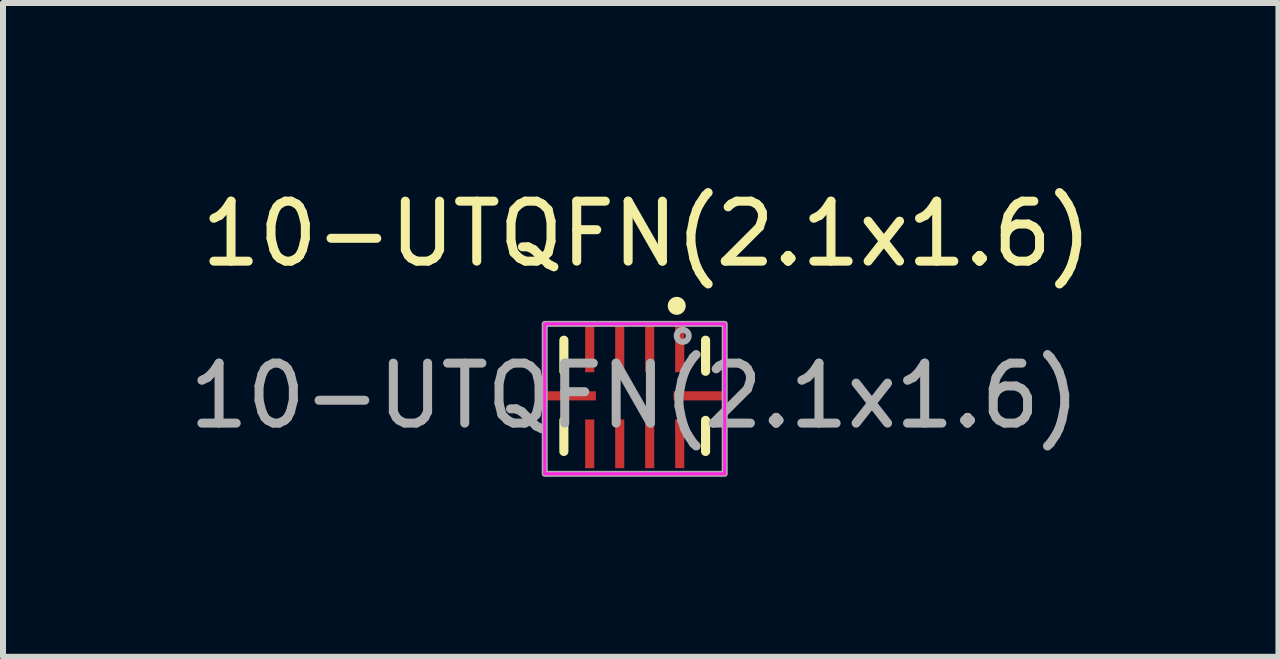
<source format=kicad_pcb>
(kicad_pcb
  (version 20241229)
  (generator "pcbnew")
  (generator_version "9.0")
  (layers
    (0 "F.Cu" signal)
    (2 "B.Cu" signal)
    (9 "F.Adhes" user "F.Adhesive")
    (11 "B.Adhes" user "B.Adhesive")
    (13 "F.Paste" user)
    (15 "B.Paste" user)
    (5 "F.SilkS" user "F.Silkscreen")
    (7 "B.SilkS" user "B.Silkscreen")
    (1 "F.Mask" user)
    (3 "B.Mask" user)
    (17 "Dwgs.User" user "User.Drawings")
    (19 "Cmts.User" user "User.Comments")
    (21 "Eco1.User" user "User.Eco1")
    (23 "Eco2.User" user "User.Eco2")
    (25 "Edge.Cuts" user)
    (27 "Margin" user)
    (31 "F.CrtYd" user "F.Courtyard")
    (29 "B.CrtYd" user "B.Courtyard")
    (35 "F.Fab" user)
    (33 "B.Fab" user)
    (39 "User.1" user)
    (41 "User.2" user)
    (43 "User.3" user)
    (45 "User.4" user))
  (footprint "10-UTQFN(2.1x1.6)"
    (layer "F.Cu")
    (at 7.53 3.548)
    (property "Reference" "10-UTQFN(2.1x1.6)" (at 0.2 -2.7 0) (unlocked yes) (layer "F.SilkS") (effects (font (size 1 1) (thickness 0.15))))
    (attr smd)
    (fp_line (start -1.181 -0.927) (end -1.181 -0.409) (stroke (width 0.152) (type solid)) (layer "F.SilkS"))
    (fp_line (start -1.181 0.409) (end -1.181 0.927) (stroke (width 0.152) (type solid)) (layer "F.SilkS"))
    (fp_line (start 1.181 -0.409) (end 1.181 -0.927) (stroke (width 0.152) (type solid)) (layer "F.SilkS"))
    (fp_line (start 1.181 0.927) (end 1.181 0.409) (stroke (width 0.152) (type solid)) (layer "F.SilkS"))
    (fp_circle (center 0.7 -1.5) (end 0.8 -1.5) (stroke (width 0.1) (type solid)) (fill yes) (layer "F.SilkS"))
    (fp_rect (start -1.5 -1.2) (end 1.5 1.3) (stroke (width 0.05) (type default)) (fill no) (layer "F.CrtYd"))
    (fp_rect (start -1.5 -1.2) (end 1.5 1.3) (stroke (width 0.1) (type default)) (fill no) (layer "F.Fab"))
    (fp_circle (center 0.8 -1) (end 0.9 -1) (stroke (width 0.1) (type solid)) (fill no) (layer "F.Fab"))
    (fp_text user "${REFERENCE}" (at 0 0 0) (unlocked yes) (layer "F.Fab") (effects (font (size 1 1) (thickness 0.15))))
    (pad "1" smd rect (at 0.75 -0.8) (size 0.152 0.813) (layers "F.Cu" "F.Mask" "F.Paste"))
    (pad "2" smd rect (at 0.25 -0.8) (size 0.152 0.813) (layers "F.Cu" "F.Mask" "F.Paste"))
    (pad "3" smd rect (at -0.25 -0.8) (size 0.152 0.813) (layers "F.Cu" "F.Mask" "F.Paste"))
    (pad "4" smd rect (at -0.75 -0.8) (size 0.152 0.813) (layers "F.Cu" "F.Mask" "F.Paste"))
    (pad "5" smd rect (at -1.054 0 90) (size 0.152 0.813) (layers "F.Cu" "F.Mask" "F.Paste"))
    (pad "6" smd rect (at -0.75 0.8) (size 0.152 0.813) (layers "F.Cu" "F.Mask" "F.Paste"))
    (pad "7" smd rect (at -0.25 0.8) (size 0.152 0.813) (layers "F.Cu" "F.Mask" "F.Paste"))
    (pad "8" smd rect (at 0.25 0.8) (size 0.152 0.813) (layers "F.Cu" "F.Mask" "F.Paste"))
    (pad "9" smd rect (at 0.75 0.8) (size 0.152 0.813) (layers "F.Cu" "F.Mask" "F.Paste"))
    (pad "10" smd rect (at 1.054 0 90) (size 0.152 0.813) (layers "F.Cu" "F.Mask" "F.Paste")))
  (gr_rect
    (start -3 -3)
    (end 18.26 7.898)
    (stroke (width 0.1) (type default))
    (fill no)
    (layer "Edge.Cuts")))
</source>
